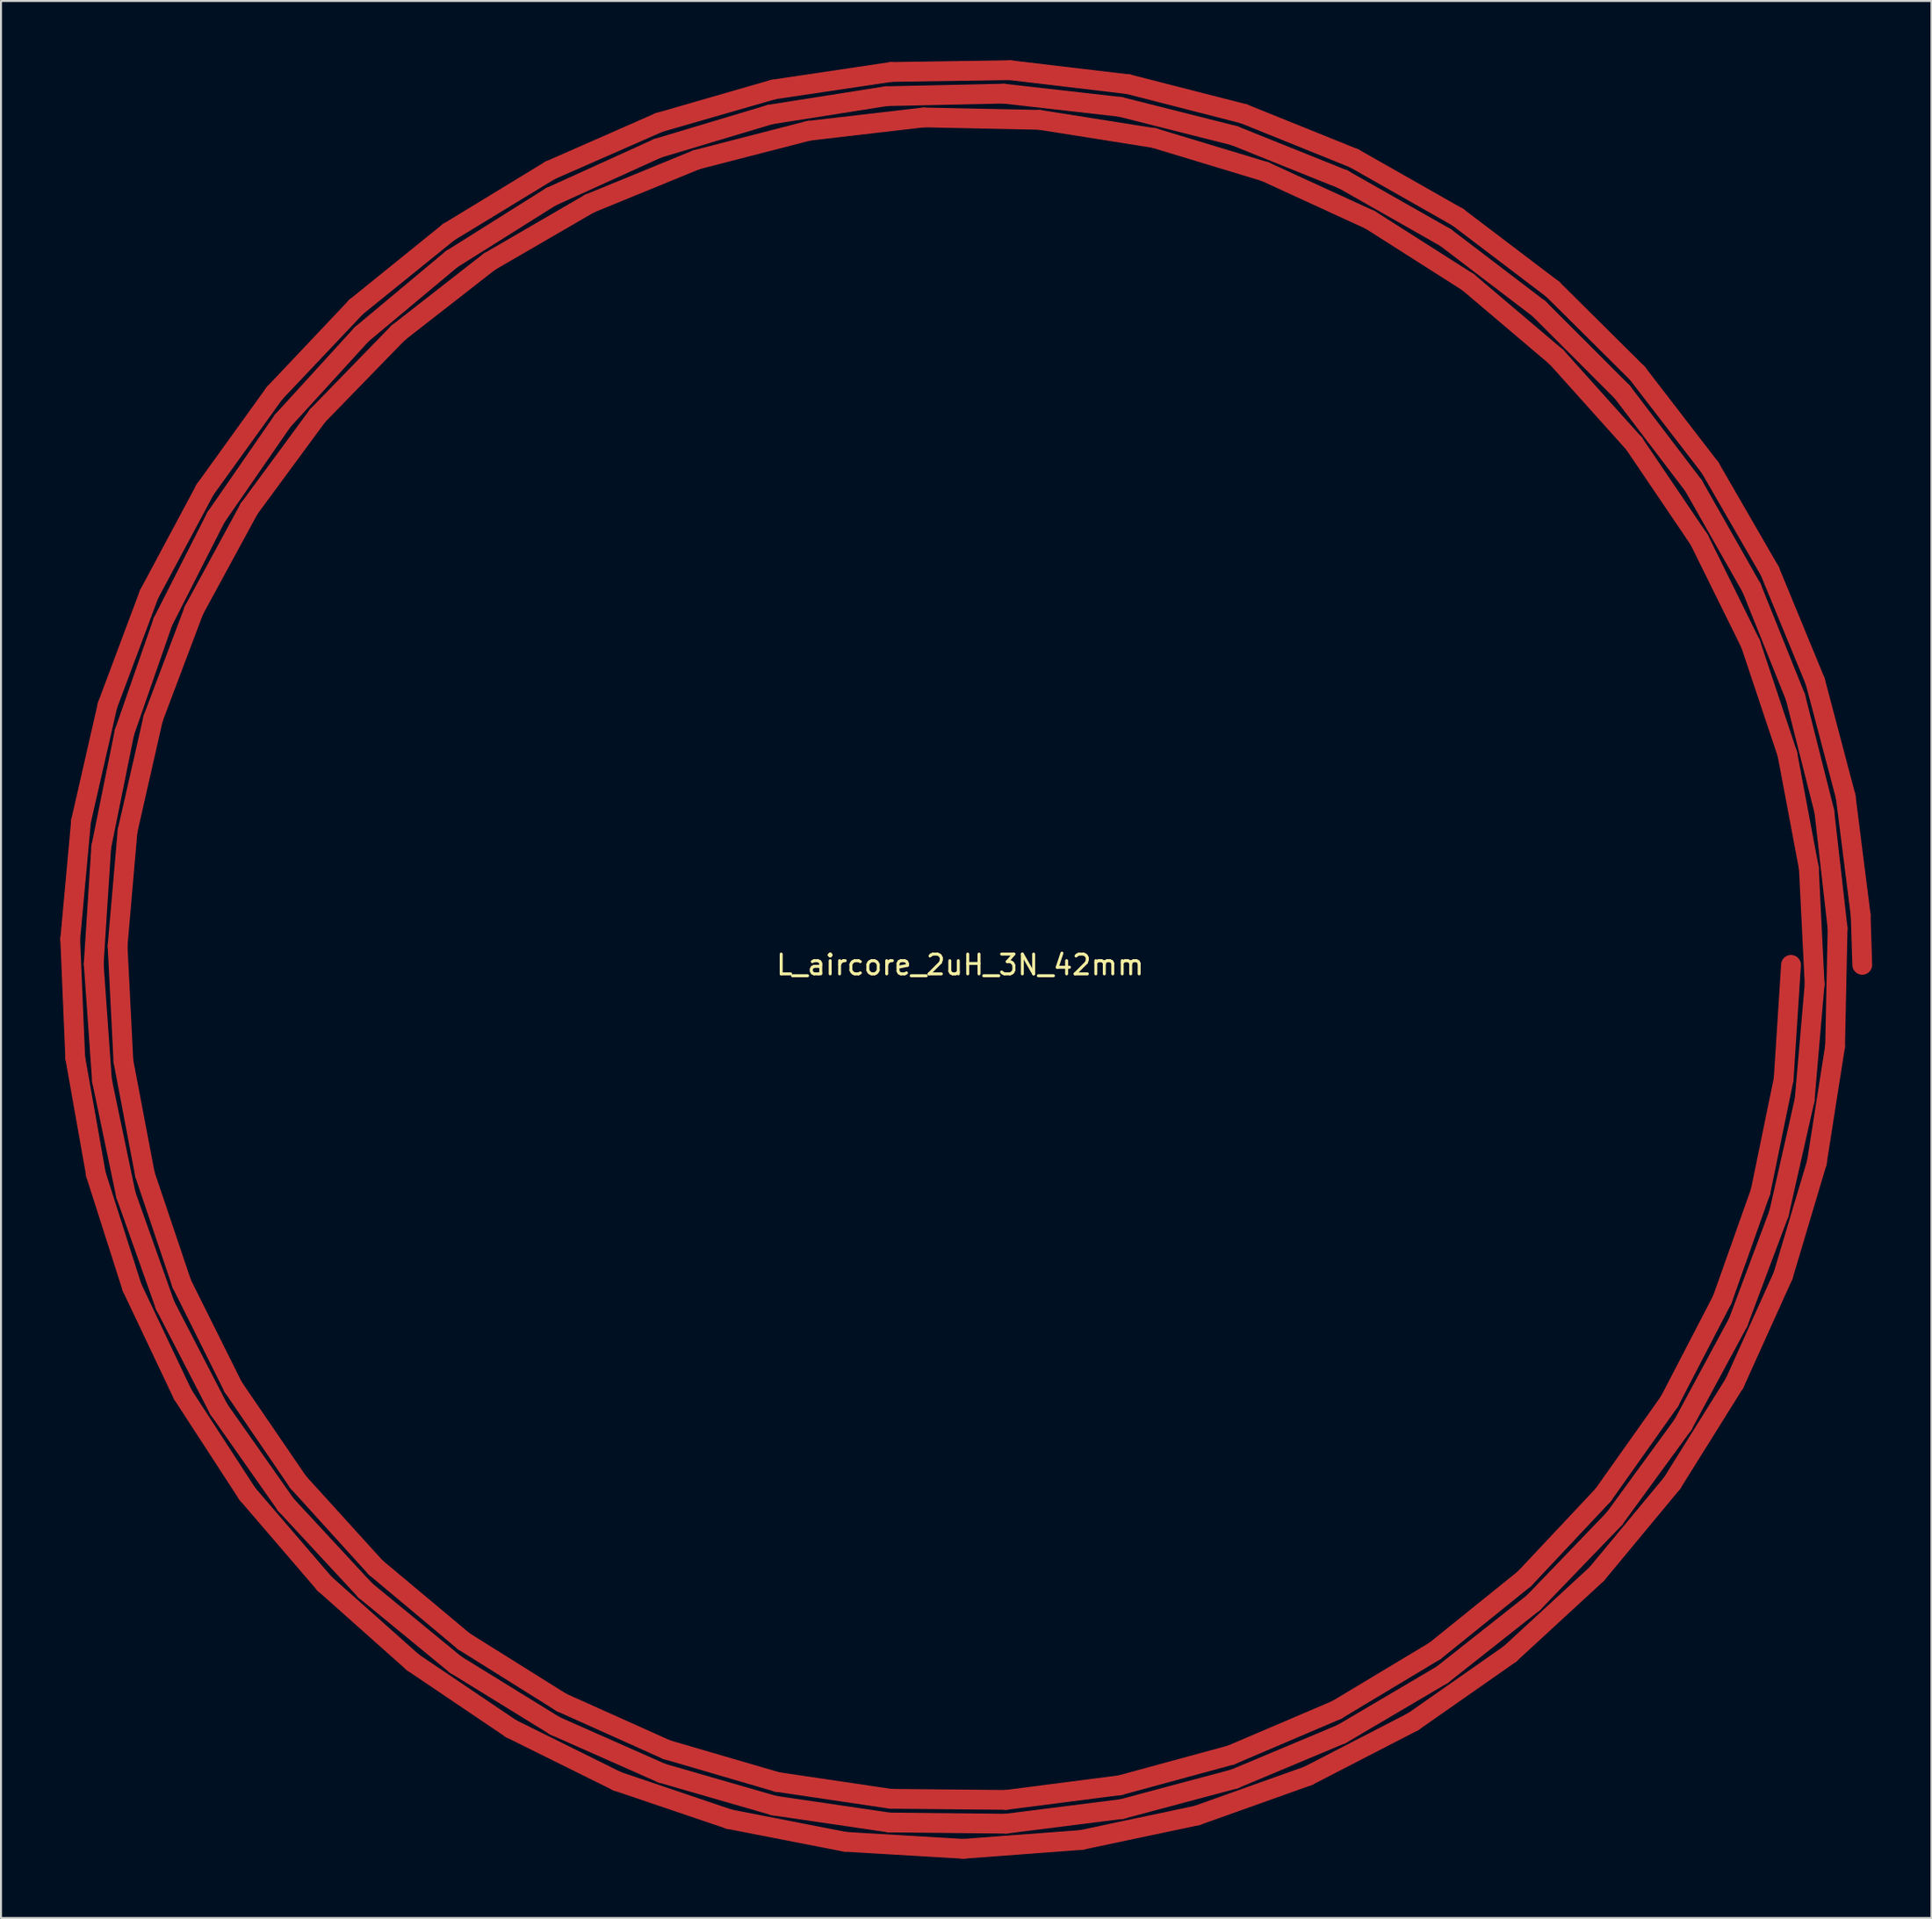
<source format=kicad_pcb>
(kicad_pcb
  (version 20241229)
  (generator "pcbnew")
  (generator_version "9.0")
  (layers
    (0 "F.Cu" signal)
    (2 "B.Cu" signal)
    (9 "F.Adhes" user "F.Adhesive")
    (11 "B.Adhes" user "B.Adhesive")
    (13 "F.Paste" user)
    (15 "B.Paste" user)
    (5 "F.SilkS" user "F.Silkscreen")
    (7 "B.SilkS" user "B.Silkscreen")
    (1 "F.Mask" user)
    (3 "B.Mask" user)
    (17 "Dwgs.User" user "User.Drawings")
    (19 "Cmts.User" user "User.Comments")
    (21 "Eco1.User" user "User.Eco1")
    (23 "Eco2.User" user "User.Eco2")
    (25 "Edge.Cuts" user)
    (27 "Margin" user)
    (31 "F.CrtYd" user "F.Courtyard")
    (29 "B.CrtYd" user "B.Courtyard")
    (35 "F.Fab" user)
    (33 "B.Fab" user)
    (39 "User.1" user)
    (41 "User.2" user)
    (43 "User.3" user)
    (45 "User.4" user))
  (footprint "L_aircore_2uH_3N_42mm"
    (layer "F.Cu")
    (at 45.487 45.74)
    (property "Reference" "L_aircore_2uH_3N_42mm" (at 0 0 0) (layer "F.SilkS") (effects (font (size 1 1) (thickness 0.15))))
    (attr smd)
    (fp_line (start -44.987 -1.294) (end -44.441 -7.268) (stroke (width 1) (type solid)) (layer "F.Cu"))
    (fp_line (start -44.734 4.698) (end -44.987 -1.294) (stroke (width 1) (type solid)) (layer "F.Cu"))
    (fp_line (start -44.441 -7.268) (end -43.105 -13.118) (stroke (width 1) (type solid)) (layer "F.Cu"))
    (fp_line (start -43.8 -0.05) (end -43.42 -5.955) (stroke (width 1) (type solid)) (layer "F.Cu"))
    (fp_line (start -43.687 10.601) (end -44.734 4.698) (stroke (width 1) (type solid)) (layer "F.Cu"))
    (fp_line (start -43.42 -5.955) (end -42.246 -11.757) (stroke (width 1) (type solid)) (layer "F.Cu"))
    (fp_line (start -43.382 5.852) (end -43.8 -0.05) (stroke (width 1) (type solid)) (layer "F.Cu"))
    (fp_line (start -43.105 -13.118) (end -41.002 -18.74) (stroke (width 1) (type solid)) (layer "F.Cu"))
    (fp_line (start -42.594 -0.957) (end -42.089 -6.772) (stroke (width 1) (type solid)) (layer "F.Cu"))
    (fp_line (start -42.299 4.87) (end -42.594 -0.957) (stroke (width 1) (type solid)) (layer "F.Cu"))
    (fp_line (start -42.246 -11.757) (end -40.302 -17.35) (stroke (width 1) (type solid)) (layer "F.Cu"))
    (fp_line (start -42.171 11.641) (end -43.382 5.852) (stroke (width 1) (type solid)) (layer "F.Cu"))
    (fp_line (start -42.089 -6.772) (end -40.795 -12.465) (stroke (width 1) (type solid)) (layer "F.Cu"))
    (fp_line (start -41.864 16.311) (end -43.687 10.601) (stroke (width 1) (type solid)) (layer "F.Cu"))
    (fp_line (start -41.21 10.6) (end -42.299 4.87) (stroke (width 1) (type solid)) (layer "F.Cu"))
    (fp_line (start -41.002 -18.74) (end -38.171 -24.034) (stroke (width 1) (type solid)) (layer "F.Cu"))
    (fp_line (start -40.795 -12.465) (end -38.734 -17.93) (stroke (width 1) (type solid)) (layer "F.Cu"))
    (fp_line (start -40.302 -17.35) (end -37.621 -22.632) (stroke (width 1) (type solid)) (layer "F.Cu"))
    (fp_line (start -40.192 17.213) (end -42.171 11.641) (stroke (width 1) (type solid)) (layer "F.Cu"))
    (fp_line (start -39.349 16.127) (end -41.21 10.6) (stroke (width 1) (type solid)) (layer "F.Cu"))
    (fp_line (start -39.298 21.726) (end -41.864 16.311) (stroke (width 1) (type solid)) (layer "F.Cu"))
    (fp_line (start -38.734 -17.93) (end -35.946 -23.063) (stroke (width 1) (type solid)) (layer "F.Cu"))
    (fp_line (start -38.171 -24.034) (end -34.661 -28.907) (stroke (width 1) (type solid)) (layer "F.Cu"))
    (fp_line (start -37.621 -22.632) (end -34.252 -27.506) (stroke (width 1) (type solid)) (layer "F.Cu"))
    (fp_line (start -37.48 22.465) (end -40.192 17.213) (stroke (width 1) (type solid)) (layer "F.Cu"))
    (fp_line (start -36.751 21.345) (end -39.349 16.127) (stroke (width 1) (type solid)) (layer "F.Cu"))
    (fp_line (start -36.035 26.749) (end -39.298 21.726) (stroke (width 1) (type solid)) (layer "F.Cu"))
    (fp_line (start -35.946 -23.063) (end -32.483 -27.77) (stroke (width 1) (type solid)) (layer "F.Cu"))
    (fp_line (start -34.661 -28.907) (end -30.533 -33.272) (stroke (width 1) (type solid)) (layer "F.Cu"))
    (fp_line (start -34.252 -27.506) (end -30.257 -31.884) (stroke (width 1) (type solid)) (layer "F.Cu"))
    (fp_line (start -34.085 27.301) (end -37.48 22.465) (stroke (width 1) (type solid)) (layer "F.Cu"))
    (fp_line (start -33.464 26.157) (end -36.751 21.345) (stroke (width 1) (type solid)) (layer "F.Cu"))
    (fp_line (start -32.483 -27.77) (end -28.408 -31.961) (stroke (width 1) (type solid)) (layer "F.Cu"))
    (fp_line (start -32.133 31.292) (end -36.035 26.749) (stroke (width 1) (type solid)) (layer "F.Cu"))
    (fp_line (start -30.533 -33.272) (end -25.861 -37.051) (stroke (width 1) (type solid)) (layer "F.Cu"))
    (fp_line (start -30.257 -31.884) (end -25.708 -35.685) (stroke (width 1) (type solid)) (layer "F.Cu"))
    (fp_line (start -30.07 31.634) (end -34.085 27.301) (stroke (width 1) (type solid)) (layer "F.Cu"))
    (fp_line (start -29.55 30.472) (end -33.464 26.157) (stroke (width 1) (type solid)) (layer "F.Cu"))
    (fp_line (start -28.408 -31.961) (end -23.798 -35.558) (stroke (width 1) (type solid)) (layer "F.Cu"))
    (fp_line (start -27.662 35.274) (end -32.133 31.292) (stroke (width 1) (type solid)) (layer "F.Cu"))
    (fp_line (start -25.861 -37.051) (end -20.728 -40.177) (stroke (width 1) (type solid)) (layer "F.Cu"))
    (fp_line (start -25.708 -35.685) (end -20.687 -38.841) (stroke (width 1) (type solid)) (layer "F.Cu"))
    (fp_line (start -25.507 35.384) (end -30.07 31.634) (stroke (width 1) (type solid)) (layer "F.Cu"))
    (fp_line (start -25.084 34.21) (end -29.55 30.472) (stroke (width 1) (type solid)) (layer "F.Cu"))
    (fp_line (start -23.798 -35.558) (end -18.739 -38.495) (stroke (width 1) (type solid)) (layer "F.Cu"))
    (fp_line (start -22.702 38.624) (end -27.662 35.274) (stroke (width 1) (type solid)) (layer "F.Cu"))
    (fp_line (start -20.728 -40.177) (end -15.223 -42.596) (stroke (width 1) (type solid)) (layer "F.Cu"))
    (fp_line (start -20.687 -38.841) (end -15.286 -41.294) (stroke (width 1) (type solid)) (layer "F.Cu"))
    (fp_line (start -20.482 38.482) (end -25.507 35.384) (stroke (width 1) (type solid)) (layer "F.Cu"))
    (fp_line (start -20.149 37.3) (end -25.084 34.21) (stroke (width 1) (type solid)) (layer "F.Cu"))
    (fp_line (start -18.739 -38.495) (end -13.326 -40.714) (stroke (width 1) (type solid)) (layer "F.Cu"))
    (fp_line (start -17.342 41.281) (end -22.702 38.624) (stroke (width 1) (type solid)) (layer "F.Cu"))
    (fp_line (start -15.286 -41.294) (end -9.603 -42.999) (stroke (width 1) (type solid)) (layer "F.Cu"))
    (fp_line (start -15.223 -42.596) (end -9.445 -44.263) (stroke (width 1) (type solid)) (layer "F.Cu"))
    (fp_line (start -15.085 40.873) (end -20.482 38.482) (stroke (width 1) (type solid)) (layer "F.Cu"))
    (fp_line (start -14.84 39.684) (end -20.149 37.3) (stroke (width 1) (type solid)) (layer "F.Cu"))
    (fp_line (start -13.326 -40.714) (end -7.659 -42.176) (stroke (width 1) (type solid)) (layer "F.Cu"))
    (fp_line (start -11.676 43.2) (end -17.342 41.281) (stroke (width 1) (type solid)) (layer "F.Cu"))
    (fp_line (start -9.603 -42.999) (end -3.74 -43.925) (stroke (width 1) (type solid)) (layer "F.Cu"))
    (fp_line (start -9.445 -44.263) (end -3.495 -45.15) (stroke (width 1) (type solid)) (layer "F.Cu"))
    (fp_line (start -9.417 42.511) (end -15.085 40.873) (stroke (width 1) (type solid)) (layer "F.Cu"))
    (fp_line (start -9.255 41.318) (end -14.84 39.684) (stroke (width 1) (type solid)) (layer "F.Cu"))
    (fp_line (start -7.659 -42.176) (end -1.844 -42.852) (stroke (width 1) (type solid)) (layer "F.Cu"))
    (fp_line (start -5.807 44.346) (end -11.676 43.2) (stroke (width 1) (type solid)) (layer "F.Cu"))
    (fp_line (start -3.74 -43.925) (end 2.195 -44.055) (stroke (width 1) (type solid)) (layer "F.Cu"))
    (fp_line (start -3.581 43.368) (end -9.417 42.511) (stroke (width 1) (type solid)) (layer "F.Cu"))
    (fp_line (start -3.502 42.171) (end -9.255 41.318) (stroke (width 1) (type solid)) (layer "F.Cu"))
    (fp_line (start -3.495 -45.15) (end 2.522 -45.24) (stroke (width 1) (type solid)) (layer "F.Cu"))
    (fp_line (start -1.844 -42.852) (end 4.011 -42.73) (stroke (width 1) (type solid)) (layer "F.Cu"))
    (fp_line (start 0.161 44.699) (end -5.807 44.346) (stroke (width 1) (type solid)) (layer "F.Cu"))
    (fp_line (start 2.195 -44.055) (end 8.096 -43.386) (stroke (width 1) (type solid)) (layer "F.Cu"))
    (fp_line (start 2.313 42.226) (end -3.502 42.171) (stroke (width 1) (type solid)) (layer "F.Cu"))
    (fp_line (start 2.316 43.428) (end -3.581 43.368) (stroke (width 1) (type solid)) (layer "F.Cu"))
    (fp_line (start 2.522 -45.24) (end 8.499 -44.532) (stroke (width 1) (type solid)) (layer "F.Cu"))
    (fp_line (start 4.011 -42.73) (end 9.797 -41.812) (stroke (width 1) (type solid)) (layer "F.Cu"))
    (fp_line (start 6.121 44.252) (end 0.161 44.699) (stroke (width 1) (type solid)) (layer "F.Cu"))
    (fp_line (start 8.079 41.484) (end 2.313 42.226) (stroke (width 1) (type solid)) (layer "F.Cu"))
    (fp_line (start 8.096 -43.386) (end 13.856 -41.931) (stroke (width 1) (type solid)) (layer "F.Cu"))
    (fp_line (start 8.164 42.69) (end 2.316 43.428) (stroke (width 1) (type solid)) (layer "F.Cu"))
    (fp_line (start 8.499 -44.532) (end 14.331 -43.038) (stroke (width 1) (type solid)) (layer "F.Cu"))
    (fp_line (start 9.797 -41.812) (end 15.405 -40.114) (stroke (width 1) (type solid)) (layer "F.Cu"))
    (fp_line (start 11.966 43.015) (end 6.121 44.252) (stroke (width 1) (type solid)) (layer "F.Cu"))
    (fp_line (start 13.686 39.958) (end 8.079 41.484) (stroke (width 1) (type solid)) (layer "F.Cu"))
    (fp_line (start 13.856 -41.931) (end 19.369 -39.715) (stroke (width 1) (type solid)) (layer "F.Cu"))
    (fp_line (start 13.858 41.168) (end 8.164 42.69) (stroke (width 1) (type solid)) (layer "F.Cu"))
    (fp_line (start 14.331 -43.038) (end 19.916 -40.784) (stroke (width 1) (type solid)) (layer "F.Cu"))
    (fp_line (start 15.405 -40.114) (end 20.732 -37.668) (stroke (width 1) (type solid)) (layer "F.Cu"))
    (fp_line (start 17.592 41.008) (end 11.966 43.015) (stroke (width 1) (type solid)) (layer "F.Cu"))
    (fp_line (start 19.029 37.678) (end 13.686 39.958) (stroke (width 1) (type solid)) (layer "F.Cu"))
    (fp_line (start 19.291 38.89) (end 13.858 41.168) (stroke (width 1) (type solid)) (layer "F.Cu"))
    (fp_line (start 19.369 -39.715) (end 24.537 -36.778) (stroke (width 1) (type solid)) (layer "F.Cu"))
    (fp_line (start 19.916 -40.784) (end 25.154 -37.809) (stroke (width 1) (type solid)) (layer "F.Cu"))
    (fp_line (start 20.732 -37.668) (end 25.678 -34.519) (stroke (width 1) (type solid)) (layer "F.Cu"))
    (fp_line (start 22.899 38.269) (end 17.592 41.008) (stroke (width 1) (type solid)) (layer "F.Cu"))
    (fp_line (start 24.007 34.687) (end 19.029 37.678) (stroke (width 1) (type solid)) (layer "F.Cu"))
    (fp_line (start 24.365 35.899) (end 19.291 38.89) (stroke (width 1) (type solid)) (layer "F.Cu"))
    (fp_line (start 24.537 -36.778) (end 29.266 -33.174) (stroke (width 1) (type solid)) (layer "F.Cu"))
    (fp_line (start 25.154 -37.809) (end 29.954 -34.166) (stroke (width 1) (type solid)) (layer "F.Cu"))
    (fp_line (start 25.678 -34.519) (end 30.151 -30.725) (stroke (width 1) (type solid)) (layer "F.Cu"))
    (fp_line (start 27.79 34.847) (end 22.899 38.269) (stroke (width 1) (type solid)) (layer "F.Cu"))
    (fp_line (start 28.526 31.041) (end 24.007 34.687) (stroke (width 1) (type solid)) (layer "F.Cu"))
    (fp_line (start 28.985 32.249) (end 24.365 35.899) (stroke (width 1) (type solid)) (layer "F.Cu"))
    (fp_line (start 29.266 -33.174) (end 33.47 -28.967) (stroke (width 1) (type solid)) (layer "F.Cu"))
    (fp_line (start 29.954 -34.166) (end 34.231 -29.919) (stroke (width 1) (type solid)) (layer "F.Cu"))
    (fp_line (start 30.151 -30.725) (end 34.068 -26.358) (stroke (width 1) (type solid)) (layer "F.Cu"))
    (fp_line (start 32.179 30.803) (end 27.79 34.847) (stroke (width 1) (type solid)) (layer "F.Cu"))
    (fp_line (start 32.5 26.811) (end 28.526 31.041) (stroke (width 1) (type solid)) (layer "F.Cu"))
    (fp_line (start 33.067 28.008) (end 28.985 32.249) (stroke (width 1) (type solid)) (layer "F.Cu"))
    (fp_line (start 33.47 -28.967) (end 37.072 -24.232) (stroke (width 1) (type solid)) (layer "F.Cu"))
    (fp_line (start 34.068 -26.358) (end 37.357 -21.497) (stroke (width 1) (type solid)) (layer "F.Cu"))
    (fp_line (start 34.231 -29.919) (end 37.909 -25.141) (stroke (width 1) (type solid)) (layer "F.Cu"))
    (fp_line (start 35.854 22.076) (end 32.5 26.811) (stroke (width 1) (type solid)) (layer "F.Cu"))
    (fp_line (start 35.987 26.21) (end 32.179 30.803) (stroke (width 1) (type solid)) (layer "F.Cu"))
    (fp_line (start 36.536 23.254) (end 33.067 28.008) (stroke (width 1) (type solid)) (layer "F.Cu"))
    (fp_line (start 37.072 -24.232) (end 40.008 -19.056) (stroke (width 1) (type solid)) (layer "F.Cu"))
    (fp_line (start 37.357 -21.497) (end 39.955 -16.233) (stroke (width 1) (type solid)) (layer "F.Cu"))
    (fp_line (start 37.909 -25.141) (end 40.924 -19.918) (stroke (width 1) (type solid)) (layer "F.Cu"))
    (fp_line (start 38.524 16.927) (end 35.854 22.076) (stroke (width 1) (type solid)) (layer "F.Cu"))
    (fp_line (start 39.146 21.151) (end 35.987 26.21) (stroke (width 1) (type solid)) (layer "F.Cu"))
    (fp_line (start 39.327 18.076) (end 36.536 23.254) (stroke (width 1) (type solid)) (layer "F.Cu"))
    (fp_line (start 39.955 -16.233) (end 41.814 -10.663) (stroke (width 1) (type solid)) (layer "F.Cu"))
    (fp_line (start 40.008 -19.056) (end 42.225 -13.532) (stroke (width 1) (type solid)) (layer "F.Cu"))
    (fp_line (start 40.461 11.461) (end 38.524 16.927) (stroke (width 1) (type solid)) (layer "F.Cu"))
    (fp_line (start 40.924 -19.918) (end 43.222 -14.34) (stroke (width 1) (type solid)) (layer "F.Cu"))
    (fp_line (start 41.39 12.568) (end 39.327 18.076) (stroke (width 1) (type solid)) (layer "F.Cu"))
    (fp_line (start 41.599 15.716) (end 39.146 21.151) (stroke (width 1) (type solid)) (layer "F.Cu"))
    (fp_line (start 41.627 5.783) (end 40.461 11.461) (stroke (width 1) (type solid)) (layer "F.Cu"))
    (fp_line (start 41.814 -10.663) (end 42.901 -4.89) (stroke (width 1) (type solid)) (layer "F.Cu"))
    (fp_line (start 42 0) (end 41.627 5.783) (stroke (width 1) (type solid)) (layer "F.Cu"))
    (fp_line (start 42.225 -13.532) (end 43.683 -7.759) (stroke (width 1) (type solid)) (layer "F.Cu"))
    (fp_line (start 42.687 6.834) (end 41.39 12.568) (stroke (width 1) (type solid)) (layer "F.Cu"))
    (fp_line (start 42.901 -4.89) (end 43.193 0.978) (stroke (width 1) (type solid)) (layer "F.Cu"))
    (fp_line (start 43.193 0.978) (end 42.687 6.834) (stroke (width 1) (type solid)) (layer "F.Cu"))
    (fp_line (start 43.222 -14.34) (end 44.763 -8.506) (stroke (width 1) (type solid)) (layer "F.Cu"))
    (fp_line (start 43.303 10.003) (end 41.599 15.716) (stroke (width 1) (type solid)) (layer "F.Cu"))
    (fp_line (start 43.683 -7.759) (end 44.354 -1.841) (stroke (width 1) (type solid)) (layer "F.Cu"))
    (fp_line (start 44.227 4.116) (end 43.303 10.003) (stroke (width 1) (type solid)) (layer "F.Cu"))
    (fp_line (start 44.354 -1.841) (end 44.227 4.116) (stroke (width 1) (type solid)) (layer "F.Cu"))
    (fp_line (start 44.763 -8.506) (end 45.52 -2.518) (stroke (width 1) (type solid)) (layer "F.Cu"))
    (fp_line (start 45.52 -2.518) (end 45.6 0) (stroke (width 1) (type solid)) (layer "F.Cu"))
    (pad "1" smd rect (at 42 0) (size 0.5 0.5) (layers "F.Cu" "F.Mask" "F.Paste"))
    (pad "2" smd rect (at 45.6 0) (size 0.5 0.5) (layers "F.Cu" "F.Mask" "F.Paste")))
  (gr_rect
    (start -3 -3)
    (end 94.587 93.939)
    (stroke (width 0.1) (type default))
    (fill no)
    (layer "Edge.Cuts")))
</source>
